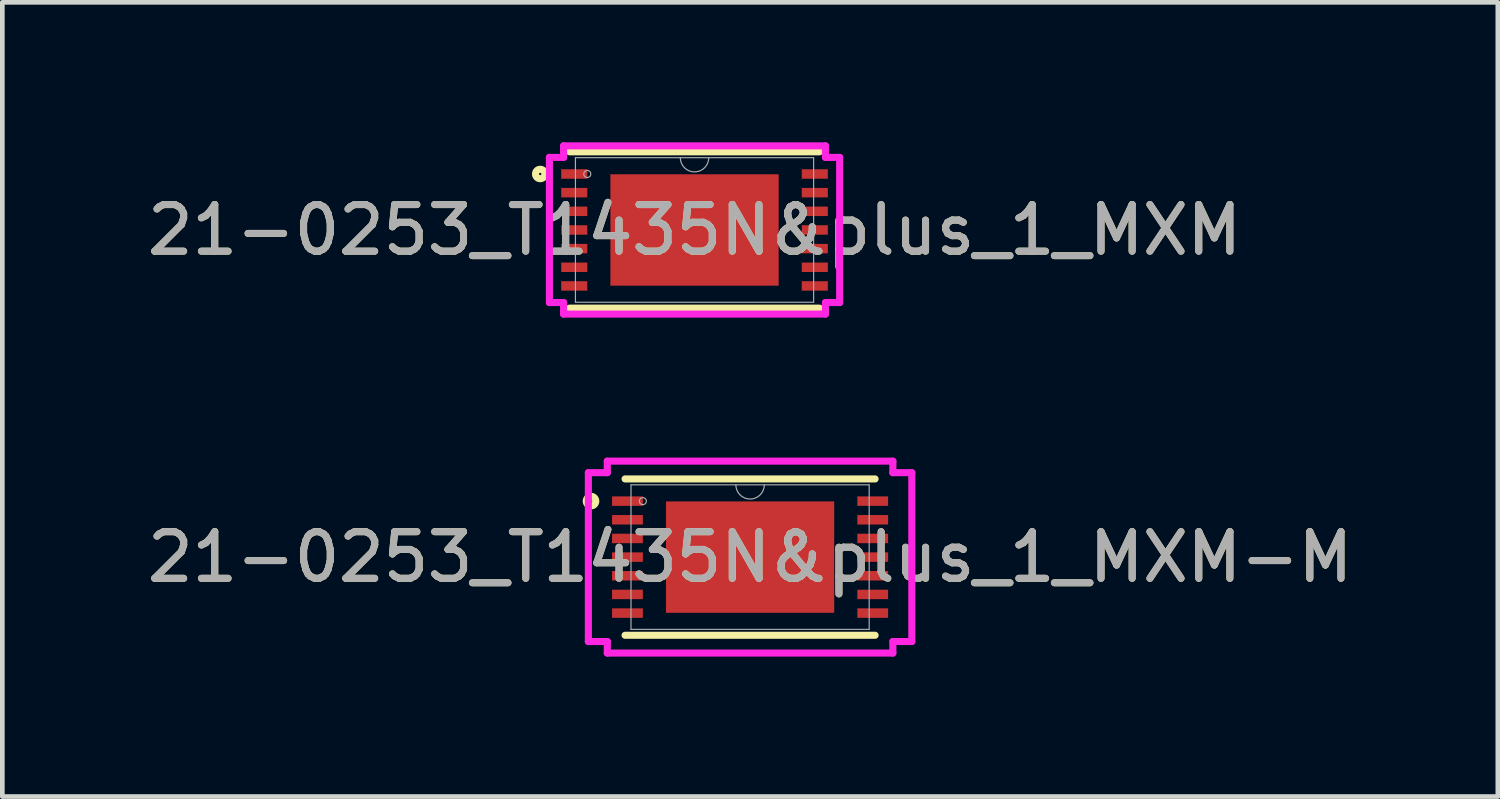
<source format=kicad_pcb>
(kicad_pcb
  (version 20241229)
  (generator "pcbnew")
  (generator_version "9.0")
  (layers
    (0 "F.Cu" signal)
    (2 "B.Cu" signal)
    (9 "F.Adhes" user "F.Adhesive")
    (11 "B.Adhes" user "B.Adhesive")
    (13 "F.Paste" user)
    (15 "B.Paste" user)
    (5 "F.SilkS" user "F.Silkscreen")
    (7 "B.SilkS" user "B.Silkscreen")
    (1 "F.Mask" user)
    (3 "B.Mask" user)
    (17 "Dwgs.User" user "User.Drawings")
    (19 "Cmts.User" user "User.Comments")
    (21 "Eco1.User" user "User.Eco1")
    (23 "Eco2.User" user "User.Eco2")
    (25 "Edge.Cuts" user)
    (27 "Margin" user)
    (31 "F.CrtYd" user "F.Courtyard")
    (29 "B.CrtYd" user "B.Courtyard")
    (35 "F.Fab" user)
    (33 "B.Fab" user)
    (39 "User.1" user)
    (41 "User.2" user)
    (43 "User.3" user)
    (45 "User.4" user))
  (footprint "21-0253_T1435N&plus_1_MXM-M"
    (layer "F.Cu")
    (at 13.03 8.893)
    (property "Reference" "21-0253_T1435N&plus_1_MXM-M" (at 0 0 0) (unlocked yes) (layer "F.SilkS") (effects (font (size 1 1) (thickness 0.15))))
    (attr smd)
    (fp_line (start -2.68 1.676) (end 2.68 1.676) (stroke (width 0.152) (type solid)) (layer "F.SilkS"))
    (fp_line (start 2.68 -1.676) (end -2.68 -1.676) (stroke (width 0.152) (type solid)) (layer "F.SilkS"))
    (fp_circle (center -3.41 -1.2) (end -3.308 -1.2) (stroke (width 0.152) (type solid)) (fill no) (layer "F.SilkS"))
    (fp_line (start -3.467 -1.81) (end -3.061 -1.81) (stroke (width 0.152) (type solid)) (layer "F.CrtYd"))
    (fp_line (start -3.467 1.81) (end -3.467 -1.81) (stroke (width 0.152) (type solid)) (layer "F.CrtYd"))
    (fp_line (start -3.467 1.81) (end -3.061 1.81) (stroke (width 0.152) (type solid)) (layer "F.CrtYd"))
    (fp_line (start -3.061 -2.057) (end 3.061 -2.057) (stroke (width 0.152) (type solid)) (layer "F.CrtYd"))
    (fp_line (start -3.061 -1.81) (end -3.061 -2.057) (stroke (width 0.152) (type solid)) (layer "F.CrtYd"))
    (fp_line (start -3.061 2.057) (end -3.061 1.81) (stroke (width 0.152) (type solid)) (layer "F.CrtYd"))
    (fp_line (start 3.061 -2.057) (end 3.061 -1.81) (stroke (width 0.152) (type solid)) (layer "F.CrtYd"))
    (fp_line (start 3.061 1.81) (end 3.061 2.057) (stroke (width 0.152) (type solid)) (layer "F.CrtYd"))
    (fp_line (start 3.061 2.057) (end -3.061 2.057) (stroke (width 0.152) (type solid)) (layer "F.CrtYd"))
    (fp_line (start 3.467 -1.81) (end 3.061 -1.81) (stroke (width 0.152) (type solid)) (layer "F.CrtYd"))
    (fp_line (start 3.467 -1.81) (end 3.467 1.81) (stroke (width 0.152) (type solid)) (layer "F.CrtYd"))
    (fp_line (start 3.467 1.81) (end 3.061 1.81) (stroke (width 0.152) (type solid)) (layer "F.CrtYd"))
    (fp_line (start -2.553 -1.549) (end -2.553 1.549) (stroke (width 0.025) (type solid)) (layer "F.Fab"))
    (fp_line (start -2.553 1.549) (end 2.553 1.549) (stroke (width 0.025) (type solid)) (layer "F.Fab"))
    (fp_line (start 2.553 -1.549) (end -2.553 -1.549) (stroke (width 0.025) (type solid)) (layer "F.Fab"))
    (fp_line (start 2.553 1.549) (end 2.553 -1.549) (stroke (width 0.025) (type solid)) (layer "F.Fab"))
    (fp_arc (start 0.3048 -1.5494) (mid 0 -1.2446) (end -0.3048 -1.5494) (stroke (width 0.0254) (type solid)) (layer "F.Fab"))
    (fp_circle (center -2.299 -1.2) (end -2.223 -1.2) (stroke (width 0.025) (type solid)) (fill no) (layer "F.Fab"))
    (fp_text user "${REFERENCE}" (at 0 0 0) (unlocked yes) (layer "F.Fab") (effects (font (size 1 1) (thickness 0.15))))
    (pad "1" smd rect (at -2.629 -1.2) (size 0.66 0.203) (layers "F.Cu" "F.Mask" "F.Paste"))
    (pad "2" smd rect (at -2.629 -0.8) (size 0.66 0.203) (layers "F.Cu" "F.Mask" "F.Paste"))
    (pad "3" smd rect (at -2.629 -0.4) (size 0.66 0.203) (layers "F.Cu" "F.Mask" "F.Paste"))
    (pad "4" smd rect (at -2.629 0) (size 0.66 0.203) (layers "F.Cu" "F.Mask" "F.Paste"))
    (pad "5" smd rect (at -2.629 0.4) (size 0.66 0.203) (layers "F.Cu" "F.Mask" "F.Paste"))
    (pad "6" smd rect (at -2.629 0.8) (size 0.66 0.203) (layers "F.Cu" "F.Mask" "F.Paste"))
    (pad "7" smd rect (at -2.629 1.2) (size 0.66 0.203) (layers "F.Cu" "F.Mask" "F.Paste"))
    (pad "8" smd rect (at 2.629 1.2) (size 0.66 0.203) (layers "F.Cu" "F.Mask" "F.Paste"))
    (pad "9" smd rect (at 2.629 0.8) (size 0.66 0.203) (layers "F.Cu" "F.Mask" "F.Paste"))
    (pad "10" smd rect (at 2.629 0.4) (size 0.66 0.203) (layers "F.Cu" "F.Mask" "F.Paste"))
    (pad "11" smd rect (at 2.629 0) (size 0.66 0.203) (layers "F.Cu" "F.Mask" "F.Paste"))
    (pad "12" smd rect (at 2.629 -0.4) (size 0.66 0.203) (layers "F.Cu" "F.Mask" "F.Paste"))
    (pad "13" smd rect (at 2.629 -0.8) (size 0.66 0.203) (layers "F.Cu" "F.Mask" "F.Paste"))
    (pad "14" smd rect (at 2.629 -1.2) (size 0.66 0.203) (layers "F.Cu" "F.Mask" "F.Paste"))
    (pad "15" smd rect (at 0 0) (size 3.607 2.388) (layers "F.Cu" "F.Mask" "F.Paste")))
  (footprint "21-0253_T1435N&plus_1_MXM"
    (layer "F.Cu")
    (at 11.839 1.88)
    (property "Reference" "21-0253_T1435N&plus_1_MXM" (at 0 0 0) (unlocked yes) (layer "F.SilkS") (effects (font (size 1 1) (thickness 0.15))))
    (attr smd)
    (fp_line (start -2.68 1.676) (end 2.68 1.676) (stroke (width 0.152) (type solid)) (layer "F.SilkS"))
    (fp_line (start 2.68 -1.676) (end -2.68 -1.676) (stroke (width 0.152) (type solid)) (layer "F.SilkS"))
    (fp_circle (center -3.308 -1.2) (end -3.207 -1.2) (stroke (width 0.152) (type solid)) (fill no) (layer "F.SilkS"))
    (fp_line (start -3.111 -1.556) (end -2.807 -1.556) (stroke (width 0.152) (type solid)) (layer "F.CrtYd"))
    (fp_line (start -3.111 1.556) (end -3.111 -1.556) (stroke (width 0.152) (type solid)) (layer "F.CrtYd"))
    (fp_line (start -3.111 1.556) (end -2.807 1.556) (stroke (width 0.152) (type solid)) (layer "F.CrtYd"))
    (fp_line (start -2.807 -1.803) (end 2.807 -1.803) (stroke (width 0.152) (type solid)) (layer "F.CrtYd"))
    (fp_line (start -2.807 -1.556) (end -2.807 -1.803) (stroke (width 0.152) (type solid)) (layer "F.CrtYd"))
    (fp_line (start -2.807 1.803) (end -2.807 1.556) (stroke (width 0.152) (type solid)) (layer "F.CrtYd"))
    (fp_line (start 2.807 -1.803) (end 2.807 -1.556) (stroke (width 0.152) (type solid)) (layer "F.CrtYd"))
    (fp_line (start 2.807 1.556) (end 2.807 1.803) (stroke (width 0.152) (type solid)) (layer "F.CrtYd"))
    (fp_line (start 2.807 1.803) (end -2.807 1.803) (stroke (width 0.152) (type solid)) (layer "F.CrtYd"))
    (fp_line (start 3.111 -1.556) (end 2.807 -1.556) (stroke (width 0.152) (type solid)) (layer "F.CrtYd"))
    (fp_line (start 3.111 -1.556) (end 3.111 1.556) (stroke (width 0.152) (type solid)) (layer "F.CrtYd"))
    (fp_line (start 3.111 1.556) (end 2.807 1.556) (stroke (width 0.152) (type solid)) (layer "F.CrtYd"))
    (fp_line (start -2.553 -1.549) (end -2.553 1.549) (stroke (width 0.025) (type solid)) (layer "F.Fab"))
    (fp_line (start -2.553 1.549) (end 2.553 1.549) (stroke (width 0.025) (type solid)) (layer "F.Fab"))
    (fp_line (start 2.553 -1.549) (end -2.553 -1.549) (stroke (width 0.025) (type solid)) (layer "F.Fab"))
    (fp_line (start 2.553 1.549) (end 2.553 -1.549) (stroke (width 0.025) (type solid)) (layer "F.Fab"))
    (fp_arc (start 0.3048 -1.5494) (mid 0 -1.2446) (end -0.3048 -1.5494) (stroke (width 0.0254) (type solid)) (layer "F.Fab"))
    (fp_circle (center -2.299 -1.2) (end -2.223 -1.2) (stroke (width 0.025) (type solid)) (fill no) (layer "F.Fab"))
    (fp_text user "${REFERENCE}" (at 0 0 0) (unlocked yes) (layer "F.Fab") (effects (font (size 1 1) (thickness 0.15))))
    (pad "1" smd rect (at -2.578 -1.2) (size 0.559 0.203) (layers "F.Cu" "F.Mask" "F.Paste"))
    (pad "2" smd rect (at -2.578 -0.8) (size 0.559 0.203) (layers "F.Cu" "F.Mask" "F.Paste"))
    (pad "3" smd rect (at -2.578 -0.4) (size 0.559 0.203) (layers "F.Cu" "F.Mask" "F.Paste"))
    (pad "4" smd rect (at -2.578 0) (size 0.559 0.203) (layers "F.Cu" "F.Mask" "F.Paste"))
    (pad "5" smd rect (at -2.578 0.4) (size 0.559 0.203) (layers "F.Cu" "F.Mask" "F.Paste"))
    (pad "6" smd rect (at -2.578 0.8) (size 0.559 0.203) (layers "F.Cu" "F.Mask" "F.Paste"))
    (pad "7" smd rect (at -2.578 1.2) (size 0.559 0.203) (layers "F.Cu" "F.Mask" "F.Paste"))
    (pad "8" smd rect (at 2.578 1.2) (size 0.559 0.203) (layers "F.Cu" "F.Mask" "F.Paste"))
    (pad "9" smd rect (at 2.578 0.8) (size 0.559 0.203) (layers "F.Cu" "F.Mask" "F.Paste"))
    (pad "10" smd rect (at 2.578 0.4) (size 0.559 0.203) (layers "F.Cu" "F.Mask" "F.Paste"))
    (pad "11" smd rect (at 2.578 0) (size 0.559 0.203) (layers "F.Cu" "F.Mask" "F.Paste"))
    (pad "12" smd rect (at 2.578 -0.4) (size 0.559 0.203) (layers "F.Cu" "F.Mask" "F.Paste"))
    (pad "13" smd rect (at 2.578 -0.8) (size 0.559 0.203) (layers "F.Cu" "F.Mask" "F.Paste"))
    (pad "14" smd rect (at 2.578 -1.2) (size 0.559 0.203) (layers "F.Cu" "F.Mask" "F.Paste"))
    (pad "15" smd rect (at 0 0) (size 3.607 2.388) (layers "F.Cu" "F.Mask" "F.Paste")))
  (gr_rect
    (start -3 -3)
    (end 29.06 14.026)
    (stroke (width 0.1) (type default))
    (fill no)
    (layer "Edge.Cuts")))
</source>
